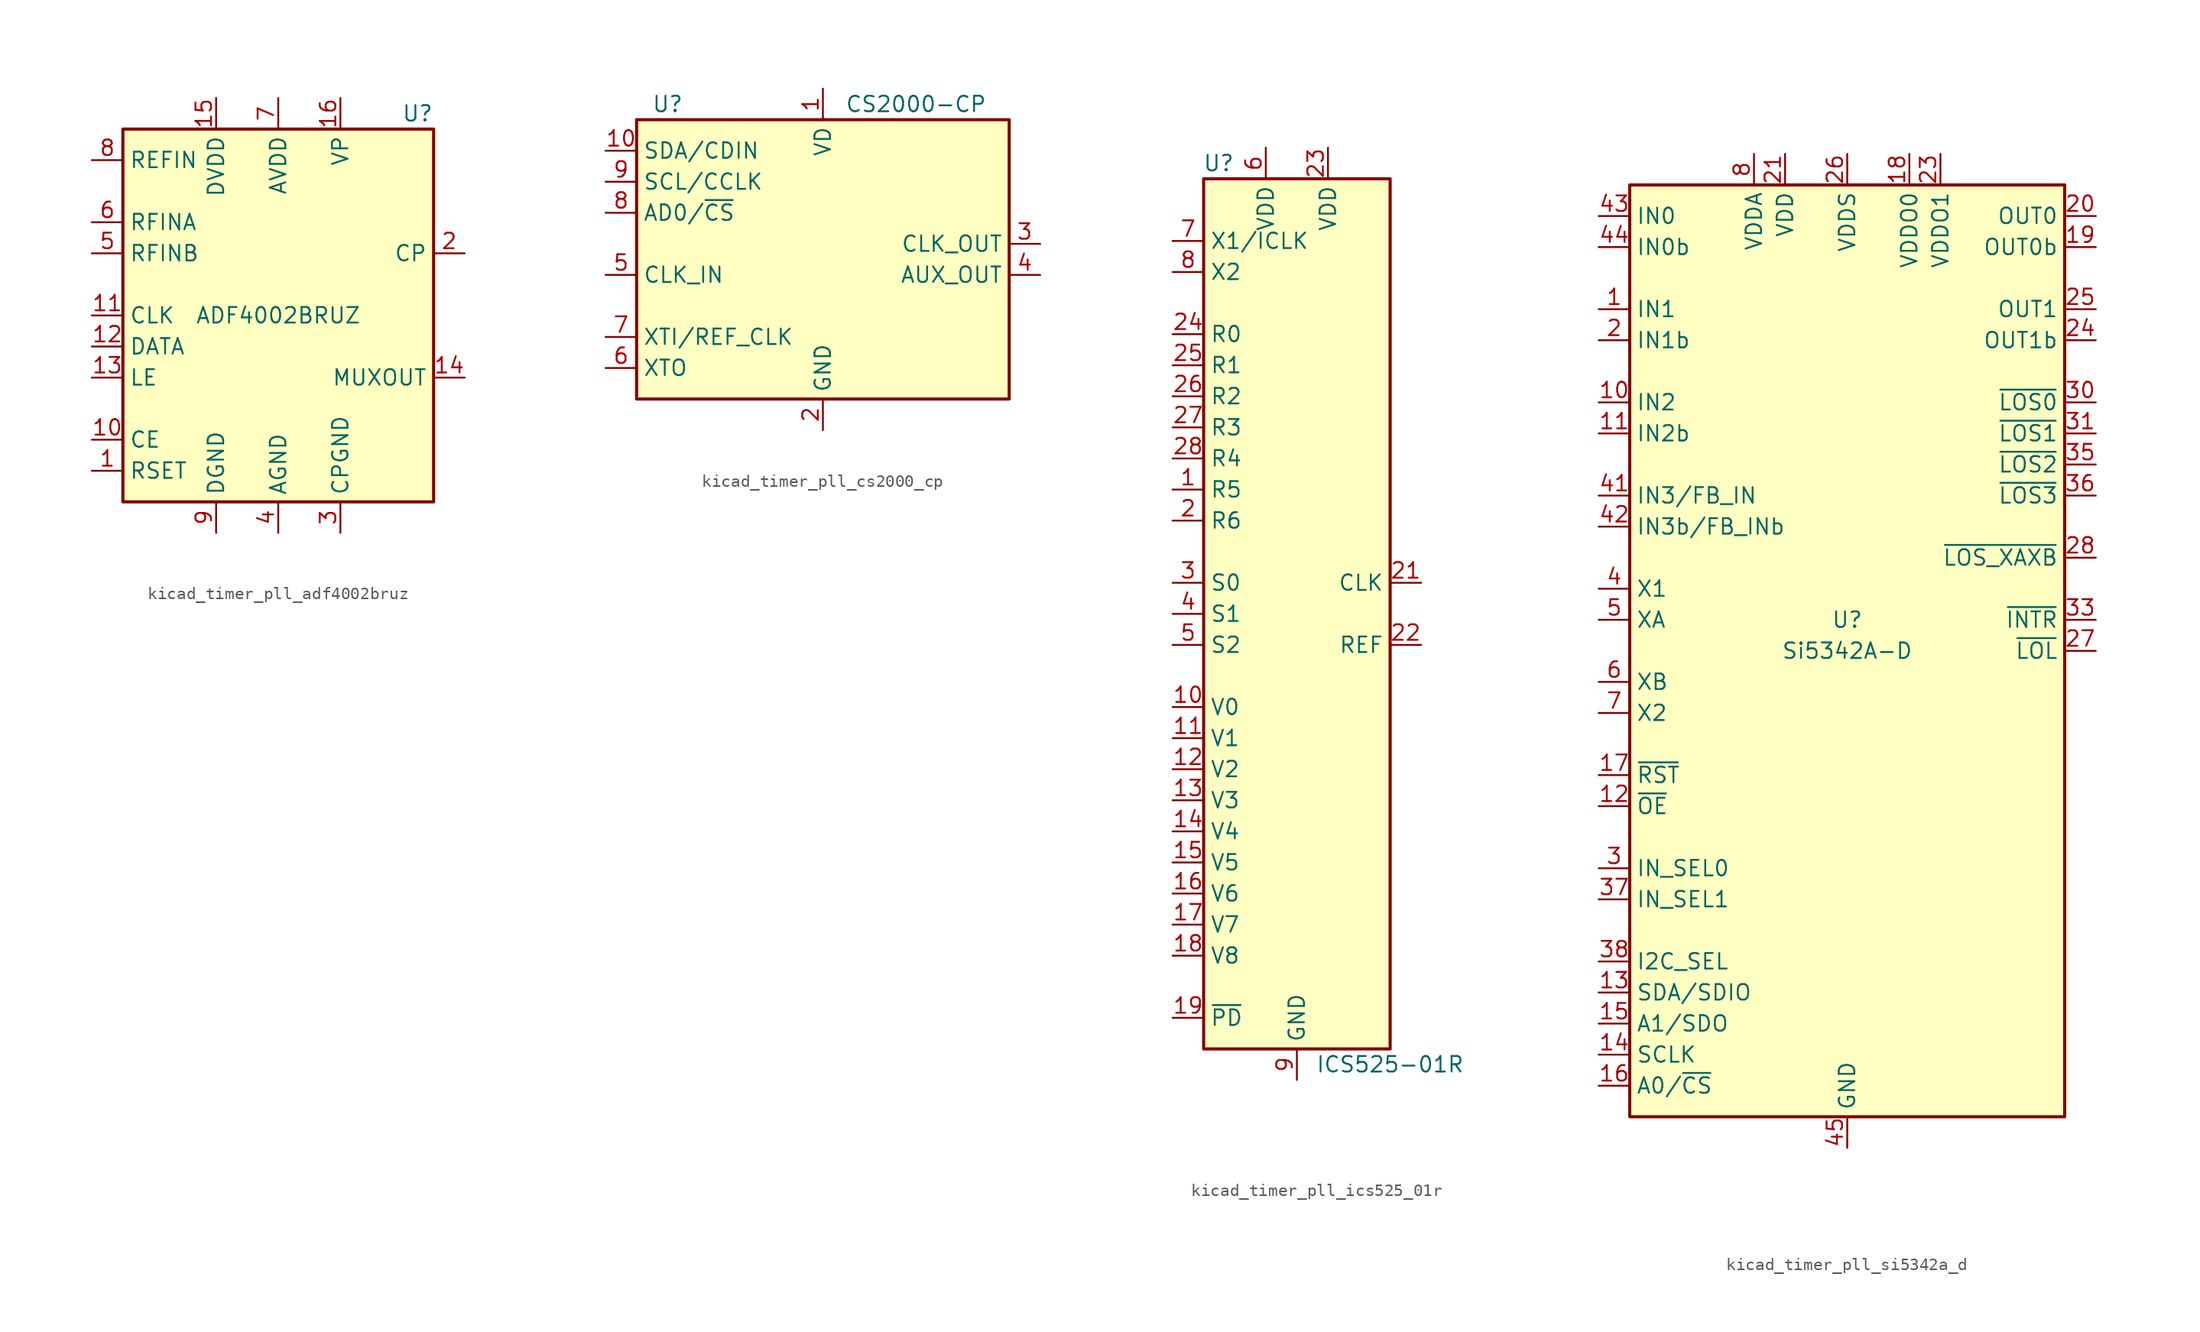
<source format=kicad_sym>
(kicad_symbol_lib
  (version 20220914)
  (generator kicad_symbol_editor)
  (symbol "kicad_timer_pll_adf4002bruz"
    (property "Reference" "U"
      (at 12.7 16.51 0)
      (effects (font (size 1.27 1.27)) (justify right)))
    (property "Value" "ADF4002BRUZ"
      (at 0 0 0)
      (effects (font (size 1.27 1.27))))
    (symbol "kicad_timer_pll_adf4002bruz_0_1"
      (rectangle (start -12.7 15.24) (end 12.7 -15.24) (stroke (width 0.254) (type default)) (fill (type background))))
    (symbol "kicad_timer_pll_adf4002bruz_1_1"
      (pin input line (at -15.24 -12.7 0) (length 2.54) (name "RSET" (effects (font (size 1.27 1.27)))) (number "1" (effects (font (size 1.27 1.27)))))
      (pin input line (at -15.24 -10.16 0) (length 2.54) (name "CE" (effects (font (size 1.27 1.27)))) (number "10" (effects (font (size 1.27 1.27)))))
      (pin input line (at -15.24 0 0) (length 2.54) (name "CLK" (effects (font (size 1.27 1.27)))) (number "11" (effects (font (size 1.27 1.27)))))
      (pin input line (at -15.24 -2.54 0) (length 2.54) (name "DATA" (effects (font (size 1.27 1.27)))) (number "12" (effects (font (size 1.27 1.27)))))
      (pin input line (at -15.24 -5.08 0) (length 2.54) (name "LE" (effects (font (size 1.27 1.27)))) (number "13" (effects (font (size 1.27 1.27)))))
      (pin output line (at 15.24 -5.08 180) (length 2.54) (name "MUXOUT" (effects (font (size 1.27 1.27)))) (number "14" (effects (font (size 1.27 1.27)))))
      (pin power_in line (at -5.08 17.78 270) (length 2.54) (name "DVDD" (effects (font (size 1.27 1.27)))) (number "15" (effects (font (size 1.27 1.27)))))
      (pin power_in line (at 5.08 17.78 270) (length 2.54) (name "VP" (effects (font (size 1.27 1.27)))) (number "16" (effects (font (size 1.27 1.27)))))
      (pin output line (at 15.24 5.08 180) (length 2.54) (name "CP" (effects (font (size 1.27 1.27)))) (number "2" (effects (font (size 1.27 1.27)))))
      (pin power_in line (at 5.08 -17.78 90) (length 2.54) (name "CPGND" (effects (font (size 1.27 1.27)))) (number "3" (effects (font (size 1.27 1.27)))))
      (pin power_in line (at 0 -17.78 90) (length 2.54) (name "AGND" (effects (font (size 1.27 1.27)))) (number "4" (effects (font (size 1.27 1.27)))))
      (pin input line (at -15.24 5.08 0) (length 2.54) (name "RFINB" (effects (font (size 1.27 1.27)))) (number "5" (effects (font (size 1.27 1.27)))))
      (pin input line (at -15.24 7.62 0) (length 2.54) (name "RFINA" (effects (font (size 1.27 1.27)))) (number "6" (effects (font (size 1.27 1.27)))))
      (pin power_in line (at 0 17.78 270) (length 2.54) (name "AVDD" (effects (font (size 1.27 1.27)))) (number "7" (effects (font (size 1.27 1.27)))))
      (pin input line (at -15.24 12.7 0) (length 2.54) (name "REFIN" (effects (font (size 1.27 1.27)))) (number "8" (effects (font (size 1.27 1.27)))))
      (pin power_in line (at -5.08 -17.78 90) (length 2.54) (name "DGND" (effects (font (size 1.27 1.27)))) (number "9" (effects (font (size 1.27 1.27)))))))
  (symbol "kicad_timer_pll_cs2000_cp"
    (property "Reference" "U"
      (at -12.7 13.97 0)
      (effects (font (size 1.27 1.27))))
    (property "Value" "CS2000-CP"
      (at 7.62 13.97 0)
      (effects (font (size 1.27 1.27))))
    (symbol "kicad_timer_pll_cs2000_cp_0_1"
      (rectangle (start -15.24 12.7) (end 15.24 -10.16) (stroke (width 0.254) (type default)) (fill (type background))))
    (symbol "kicad_timer_pll_cs2000_cp_1_1"
      (pin power_in line (at 0 15.24 270) (length 2.54) (name "VD" (effects (font (size 1.27 1.27)))) (number "1" (effects (font (size 1.27 1.27)))))
      (pin bidirectional line (at -17.78 10.16 0) (length 2.54) (name "SDA/CDIN" (effects (font (size 1.27 1.27)))) (number "10" (effects (font (size 1.27 1.27)))))
      (pin power_in line (at 0 -12.7 90) (length 2.54) (name "GND" (effects (font (size 1.27 1.27)))) (number "2" (effects (font (size 1.27 1.27)))))
      (pin output line (at 17.78 2.54 180) (length 2.54) (name "CLK_OUT" (effects (font (size 1.27 1.27)))) (number "3" (effects (font (size 1.27 1.27)))))
      (pin output line (at 17.78 0 180) (length 2.54) (name "AUX_OUT" (effects (font (size 1.27 1.27)))) (number "4" (effects (font (size 1.27 1.27)))))
      (pin input line (at -17.78 0 0) (length 2.54) (name "CLK_IN" (effects (font (size 1.27 1.27)))) (number "5" (effects (font (size 1.27 1.27)))))
      (pin output line (at -17.78 -7.62 0) (length 2.54) (name "XTO" (effects (font (size 1.27 1.27)))) (number "6" (effects (font (size 1.27 1.27)))))
      (pin input line (at -17.78 -5.08 0) (length 2.54) (name "XTI/REF_CLK" (effects (font (size 1.27 1.27)))) (number "7" (effects (font (size 1.27 1.27)))))
      (pin input line (at -17.78 5.08 0) (length 2.54) (name "AD0/~{CS}" (effects (font (size 1.27 1.27)))) (number "8" (effects (font (size 1.27 1.27)))))
      (pin input line (at -17.78 7.62 0) (length 2.54) (name "SCL/CCLK" (effects (font (size 1.27 1.27)))) (number "9" (effects (font (size 1.27 1.27)))))))
  (symbol "kicad_timer_pll_ics525_01r"
    (property "Reference" "U"
      (at -5.08 36.83 0)
      (effects (font (size 1.27 1.27)) (justify right)))
    (property "Value" "ICS525-01R"
      (at 7.62 -36.83 0)
      (effects (font (size 1.27 1.27))))
    (symbol "kicad_timer_pll_ics525_01r_0_1"
      (rectangle (start -7.62 35.56) (end 7.62 -35.56) (stroke (width 0.254) (type default)) (fill (type background))))
    (symbol "kicad_timer_pll_ics525_01r_1_1"
      (pin input line (at -10.16 10.16 0) (length 2.54) (name "R5" (effects (font (size 1.27 1.27)))) (number "1" (effects (font (size 1.27 1.27)))))
      (pin input line (at -10.16 -7.62 0) (length 2.54) (name "V0" (effects (font (size 1.27 1.27)))) (number "10" (effects (font (size 1.27 1.27)))))
      (pin input line (at -10.16 -10.16 0) (length 2.54) (name "V1" (effects (font (size 1.27 1.27)))) (number "11" (effects (font (size 1.27 1.27)))))
      (pin input line (at -10.16 -12.7 0) (length 2.54) (name "V2" (effects (font (size 1.27 1.27)))) (number "12" (effects (font (size 1.27 1.27)))))
      (pin input line (at -10.16 -15.24 0) (length 2.54) (name "V3" (effects (font (size 1.27 1.27)))) (number "13" (effects (font (size 1.27 1.27)))))
      (pin input line (at -10.16 -17.78 0) (length 2.54) (name "V4" (effects (font (size 1.27 1.27)))) (number "14" (effects (font (size 1.27 1.27)))))
      (pin input line (at -10.16 -20.32 0) (length 2.54) (name "V5" (effects (font (size 1.27 1.27)))) (number "15" (effects (font (size 1.27 1.27)))))
      (pin input line (at -10.16 -22.86 0) (length 2.54) (name "V6" (effects (font (size 1.27 1.27)))) (number "16" (effects (font (size 1.27 1.27)))))
      (pin input line (at -10.16 -25.4 0) (length 2.54) (name "V7" (effects (font (size 1.27 1.27)))) (number "17" (effects (font (size 1.27 1.27)))))
      (pin input line (at -10.16 -27.94 0) (length 2.54) (name "V8" (effects (font (size 1.27 1.27)))) (number "18" (effects (font (size 1.27 1.27)))))
      (pin input line (at -10.16 -33.02 0) (length 2.54) (name "~{PD}" (effects (font (size 1.27 1.27)))) (number "19" (effects (font (size 1.27 1.27)))))
      (pin input line (at -10.16 7.62 0) (length 2.54) (name "R6" (effects (font (size 1.27 1.27)))) (number "2" (effects (font (size 1.27 1.27)))))
      (pin passive line (at 0 -38.1 90) (length 2.54) hide (name "GND" (effects (font (size 1.27 1.27)))) (number "20" (effects (font (size 1.27 1.27)))))
      (pin tri_state line (at 10.16 2.54 180) (length 2.54) (name "CLK" (effects (font (size 1.27 1.27)))) (number "21" (effects (font (size 1.27 1.27)))))
      (pin tri_state line (at 10.16 -2.54 180) (length 2.54) (name "REF" (effects (font (size 1.27 1.27)))) (number "22" (effects (font (size 1.27 1.27)))))
      (pin power_in line (at 2.54 38.1 270) (length 2.54) (name "VDD" (effects (font (size 1.27 1.27)))) (number "23" (effects (font (size 1.27 1.27)))))
      (pin input line (at -10.16 22.86 0) (length 2.54) (name "R0" (effects (font (size 1.27 1.27)))) (number "24" (effects (font (size 1.27 1.27)))))
      (pin input line (at -10.16 20.32 0) (length 2.54) (name "R1" (effects (font (size 1.27 1.27)))) (number "25" (effects (font (size 1.27 1.27)))))
      (pin input line (at -10.16 17.78 0) (length 2.54) (name "R2" (effects (font (size 1.27 1.27)))) (number "26" (effects (font (size 1.27 1.27)))))
      (pin input line (at -10.16 15.24 0) (length 2.54) (name "R3" (effects (font (size 1.27 1.27)))) (number "27" (effects (font (size 1.27 1.27)))))
      (pin input line (at -10.16 12.7 0) (length 2.54) (name "R4" (effects (font (size 1.27 1.27)))) (number "28" (effects (font (size 1.27 1.27)))))
      (pin input line (at -10.16 2.54 0) (length 2.54) (name "S0" (effects (font (size 1.27 1.27)))) (number "3" (effects (font (size 1.27 1.27)))))
      (pin input line (at -10.16 0 0) (length 2.54) (name "S1" (effects (font (size 1.27 1.27)))) (number "4" (effects (font (size 1.27 1.27)))))
      (pin input line (at -10.16 -2.54 0) (length 2.54) (name "S2" (effects (font (size 1.27 1.27)))) (number "5" (effects (font (size 1.27 1.27)))))
      (pin power_in line (at -2.54 38.1 270) (length 2.54) (name "VDD" (effects (font (size 1.27 1.27)))) (number "6" (effects (font (size 1.27 1.27)))))
      (pin input line (at -10.16 30.48 0) (length 2.54) (name "X1/ICLK" (effects (font (size 1.27 1.27)))) (number "7" (effects (font (size 1.27 1.27)))))
      (pin output line (at -10.16 27.94 0) (length 2.54) (name "X2" (effects (font (size 1.27 1.27)))) (number "8" (effects (font (size 1.27 1.27)))))
      (pin power_in line (at 0 -38.1 90) (length 2.54) (name "GND" (effects (font (size 1.27 1.27)))) (number "9" (effects (font (size 1.27 1.27)))))))
  (symbol "kicad_timer_pll_si5342a_d"
    (property "Reference" "U"
      (at 0 2.54 0)
      (effects (font (size 1.27 1.27))))
    (property "Value" "Si5342A-D"
      (at 0 0 0)
      (effects (font (size 1.27 1.27))))
    (symbol "kicad_timer_pll_si5342a_d_0_1"
      (rectangle (start -17.78 38.1) (end 17.78 -38.1) (stroke (width 0.254) (type default)) (fill (type background))))
    (symbol "kicad_timer_pll_si5342a_d_1_1"
      (pin input line (at -20.32 27.94 0) (length 2.54) (name "IN1" (effects (font (size 1.27 1.27)))) (number "1" (effects (font (size 1.27 1.27)))))
      (pin input line (at -20.32 20.32 0) (length 2.54) (name "IN2" (effects (font (size 1.27 1.27)))) (number "10" (effects (font (size 1.27 1.27)))))
      (pin input line (at -20.32 17.78 0) (length 2.54) (name "IN2b" (effects (font (size 1.27 1.27)))) (number "11" (effects (font (size 1.27 1.27)))))
      (pin input line (at -20.32 -12.7 0) (length 2.54) (name "~{OE}" (effects (font (size 1.27 1.27)))) (number "12" (effects (font (size 1.27 1.27)))))
      (pin bidirectional line (at -20.32 -27.94 0) (length 2.54) (name "SDA/SDIO" (effects (font (size 1.27 1.27)))) (number "13" (effects (font (size 1.27 1.27)))))
      (pin input line (at -20.32 -33.02 0) (length 2.54) (name "SCLK" (effects (font (size 1.27 1.27)))) (number "14" (effects (font (size 1.27 1.27)))))
      (pin bidirectional line (at -20.32 -30.48 0) (length 2.54) (name "A1/SDO" (effects (font (size 1.27 1.27)))) (number "15" (effects (font (size 1.27 1.27)))))
      (pin input line (at -20.32 -35.56 0) (length 2.54) (name "A0/~{CS}" (effects (font (size 1.27 1.27)))) (number "16" (effects (font (size 1.27 1.27)))))
      (pin input line (at -20.32 -10.16 0) (length 2.54) (name "~{RST}" (effects (font (size 1.27 1.27)))) (number "17" (effects (font (size 1.27 1.27)))))
      (pin power_in line (at 5.08 40.64 270) (length 2.54) (name "VDDO0" (effects (font (size 1.27 1.27)))) (number "18" (effects (font (size 1.27 1.27)))))
      (pin output line (at 20.32 33.02 180) (length 2.54) (name "OUT0b" (effects (font (size 1.27 1.27)))) (number "19" (effects (font (size 1.27 1.27)))))
      (pin input line (at -20.32 25.4 0) (length 2.54) (name "IN1b" (effects (font (size 1.27 1.27)))) (number "2" (effects (font (size 1.27 1.27)))))
      (pin output line (at 20.32 35.56 180) (length 2.54) (name "OUT0" (effects (font (size 1.27 1.27)))) (number "20" (effects (font (size 1.27 1.27)))))
      (pin power_in line (at -5.08 40.64 270) (length 2.54) (name "VDD" (effects (font (size 1.27 1.27)))) (number "21" (effects (font (size 1.27 1.27)))))
      (pin no_connect line (at 17.78 -35.56 180) (length 2.54) hide (name "NC" (effects (font (size 1.27 1.27)))) (number "22" (effects (font (size 1.27 1.27)))))
      (pin power_in line (at 7.62 40.64 270) (length 2.54) (name "VDDO1" (effects (font (size 1.27 1.27)))) (number "23" (effects (font (size 1.27 1.27)))))
      (pin output line (at 20.32 25.4 180) (length 2.54) (name "OUT1b" (effects (font (size 1.27 1.27)))) (number "24" (effects (font (size 1.27 1.27)))))
      (pin output line (at 20.32 27.94 180) (length 2.54) (name "OUT1" (effects (font (size 1.27 1.27)))) (number "25" (effects (font (size 1.27 1.27)))))
      (pin power_in line (at 0 40.64 270) (length 2.54) (name "VDDS" (effects (font (size 1.27 1.27)))) (number "26" (effects (font (size 1.27 1.27)))))
      (pin output line (at 20.32 0 180) (length 2.54) (name "~{LOL}" (effects (font (size 1.27 1.27)))) (number "27" (effects (font (size 1.27 1.27)))))
      (pin output line (at 20.32 7.62 180) (length 2.54) (name "~{LOS_XAXB}" (effects (font (size 1.27 1.27)))) (number "28" (effects (font (size 1.27 1.27)))))
      (pin passive line (at 0 40.64 270) (length 2.54) hide (name "VDDS" (effects (font (size 1.27 1.27)))) (number "29" (effects (font (size 1.27 1.27)))))
      (pin input line (at -20.32 -17.78 0) (length 2.54) (name "IN_SEL0" (effects (font (size 1.27 1.27)))) (number "3" (effects (font (size 1.27 1.27)))))
      (pin output line (at 20.32 20.32 180) (length 2.54) (name "~{LOS0}" (effects (font (size 1.27 1.27)))) (number "30" (effects (font (size 1.27 1.27)))))
      (pin output line (at 20.32 17.78 180) (length 2.54) (name "~{LOS1}" (effects (font (size 1.27 1.27)))) (number "31" (effects (font (size 1.27 1.27)))))
      (pin passive line (at -5.08 40.64 270) (length 2.54) hide (name "VDD" (effects (font (size 1.27 1.27)))) (number "32" (effects (font (size 1.27 1.27)))))
      (pin output line (at 20.32 2.54 180) (length 2.54) (name "~{INTR}" (effects (font (size 1.27 1.27)))) (number "33" (effects (font (size 1.27 1.27)))))
      (pin passive line (at 0 40.64 270) (length 2.54) hide (name "VDDS" (effects (font (size 1.27 1.27)))) (number "34" (effects (font (size 1.27 1.27)))))
      (pin output line (at 20.32 15.24 180) (length 2.54) (name "~{LOS2}" (effects (font (size 1.27 1.27)))) (number "35" (effects (font (size 1.27 1.27)))))
      (pin output line (at 20.32 12.7 180) (length 2.54) (name "~{LOS3}" (effects (font (size 1.27 1.27)))) (number "36" (effects (font (size 1.27 1.27)))))
      (pin input line (at -20.32 -20.32 0) (length 2.54) (name "IN_SEL1" (effects (font (size 1.27 1.27)))) (number "37" (effects (font (size 1.27 1.27)))))
      (pin input line (at -20.32 -25.4 0) (length 2.54) (name "I2C_SEL" (effects (font (size 1.27 1.27)))) (number "38" (effects (font (size 1.27 1.27)))))
      (pin passive line (at -5.08 40.64 270) (length 2.54) hide (name "VDD" (effects (font (size 1.27 1.27)))) (number "39" (effects (font (size 1.27 1.27)))))
      (pin input line (at -20.32 5.08 0) (length 2.54) (name "X1" (effects (font (size 1.27 1.27)))) (number "4" (effects (font (size 1.27 1.27)))))
      (pin passive line (at -5.08 40.64 270) (length 2.54) hide (name "VDD" (effects (font (size 1.27 1.27)))) (number "40" (effects (font (size 1.27 1.27)))))
      (pin input line (at -20.32 12.7 0) (length 2.54) (name "IN3/FB_IN" (effects (font (size 1.27 1.27)))) (number "41" (effects (font (size 1.27 1.27)))))
      (pin input line (at -20.32 10.16 0) (length 2.54) (name "IN3b/FB_INb" (effects (font (size 1.27 1.27)))) (number "42" (effects (font (size 1.27 1.27)))))
      (pin input line (at -20.32 35.56 0) (length 2.54) (name "IN0" (effects (font (size 1.27 1.27)))) (number "43" (effects (font (size 1.27 1.27)))))
      (pin input line (at -20.32 33.02 0) (length 2.54) (name "IN0b" (effects (font (size 1.27 1.27)))) (number "44" (effects (font (size 1.27 1.27)))))
      (pin power_in line (at 0 -40.64 90) (length 2.54) (name "GND" (effects (font (size 1.27 1.27)))) (number "45" (effects (font (size 1.27 1.27)))))
      (pin input line (at -20.32 2.54 0) (length 2.54) (name "XA" (effects (font (size 1.27 1.27)))) (number "5" (effects (font (size 1.27 1.27)))))
      (pin input line (at -20.32 -2.54 0) (length 2.54) (name "XB" (effects (font (size 1.27 1.27)))) (number "6" (effects (font (size 1.27 1.27)))))
      (pin input line (at -20.32 -5.08 0) (length 2.54) (name "X2" (effects (font (size 1.27 1.27)))) (number "7" (effects (font (size 1.27 1.27)))))
      (pin power_in line (at -7.62 40.64 270) (length 2.54) (name "VDDA" (effects (font (size 1.27 1.27)))) (number "8" (effects (font (size 1.27 1.27)))))
      (pin passive line (at -7.62 40.64 270) (length 2.54) hide (name "VDDA" (effects (font (size 1.27 1.27)))) (number "9" (effects (font (size 1.27 1.27))))))))
</source>
